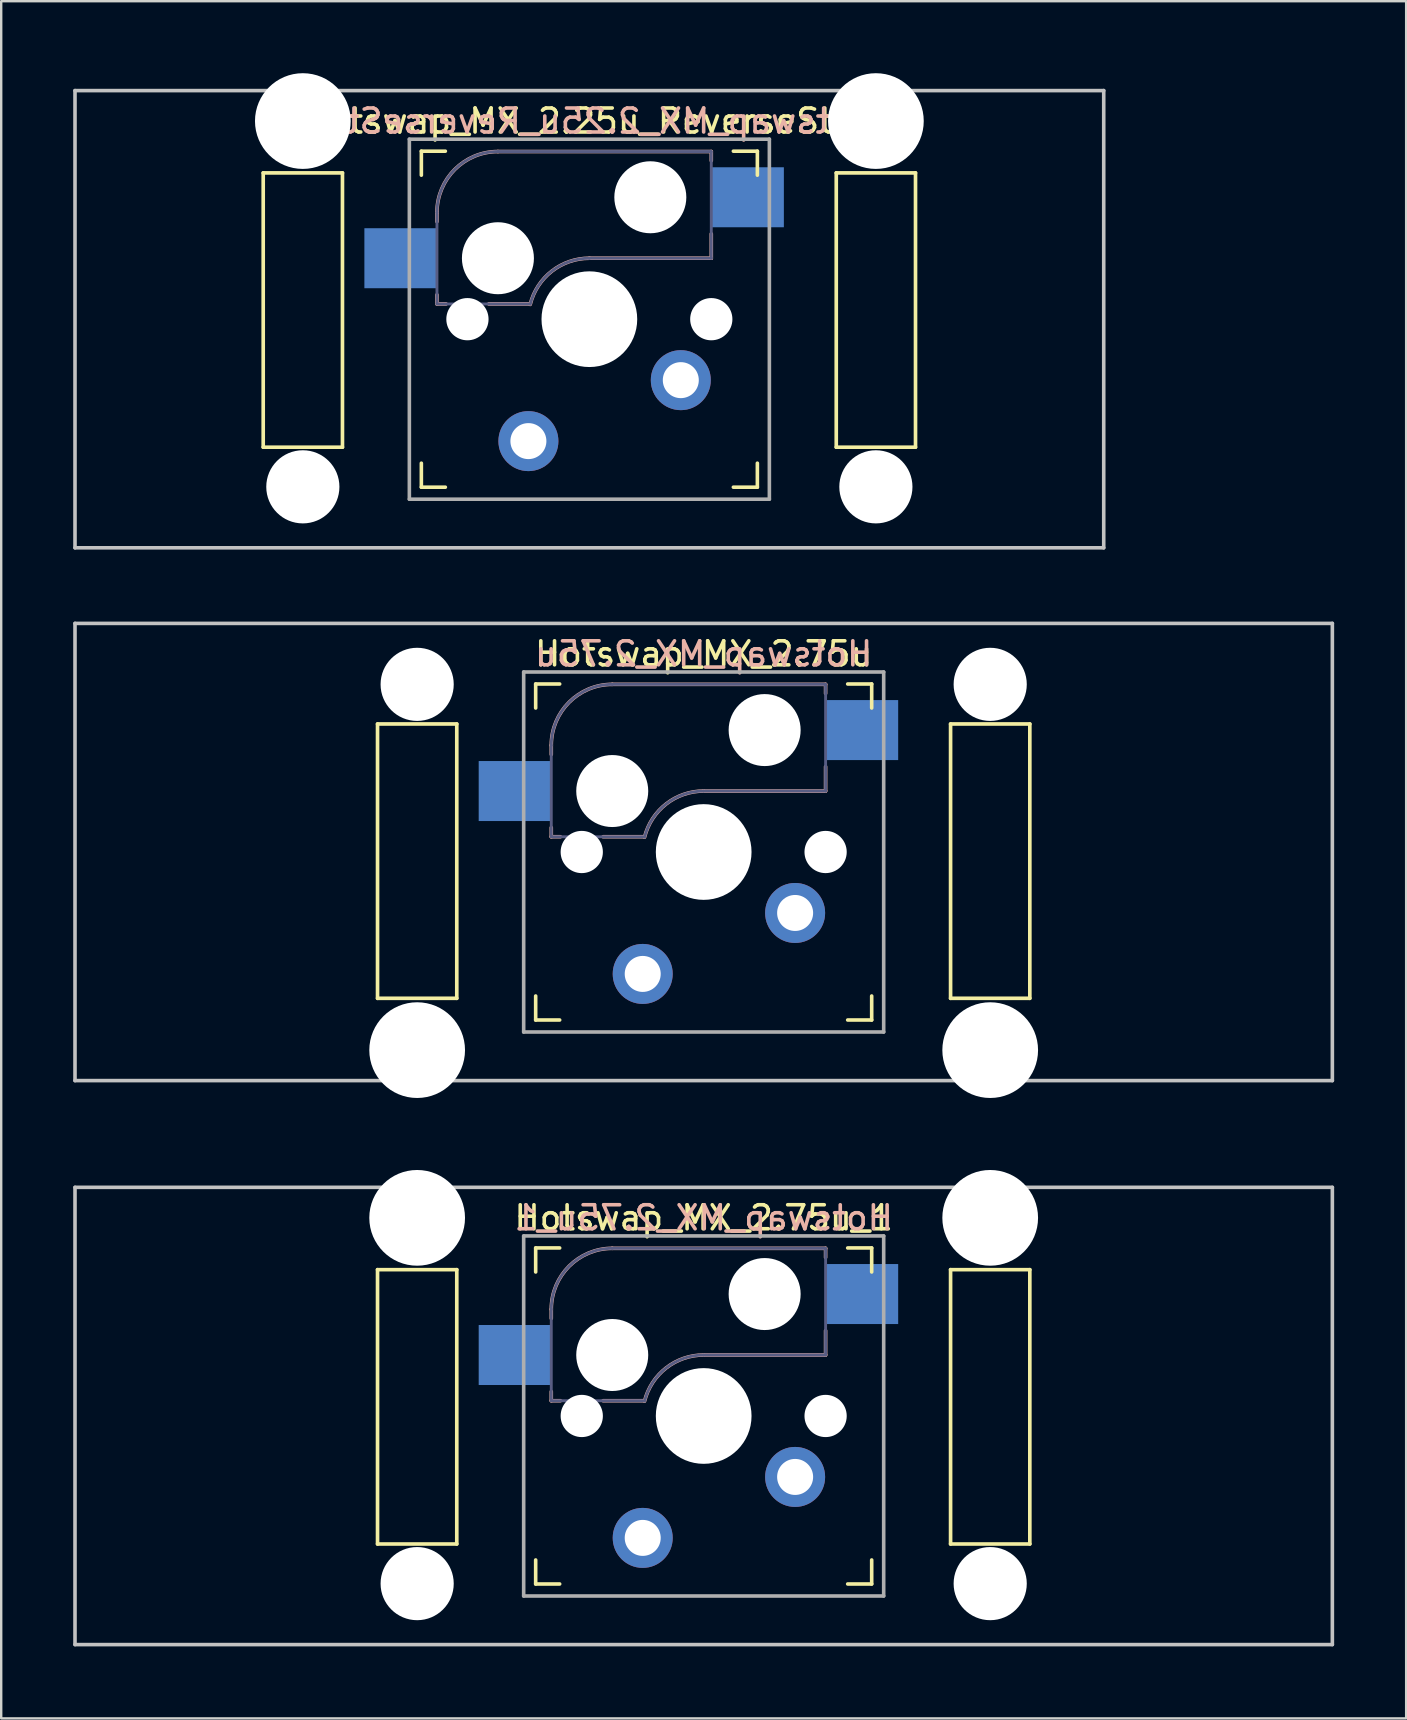
<source format=kicad_pcb>
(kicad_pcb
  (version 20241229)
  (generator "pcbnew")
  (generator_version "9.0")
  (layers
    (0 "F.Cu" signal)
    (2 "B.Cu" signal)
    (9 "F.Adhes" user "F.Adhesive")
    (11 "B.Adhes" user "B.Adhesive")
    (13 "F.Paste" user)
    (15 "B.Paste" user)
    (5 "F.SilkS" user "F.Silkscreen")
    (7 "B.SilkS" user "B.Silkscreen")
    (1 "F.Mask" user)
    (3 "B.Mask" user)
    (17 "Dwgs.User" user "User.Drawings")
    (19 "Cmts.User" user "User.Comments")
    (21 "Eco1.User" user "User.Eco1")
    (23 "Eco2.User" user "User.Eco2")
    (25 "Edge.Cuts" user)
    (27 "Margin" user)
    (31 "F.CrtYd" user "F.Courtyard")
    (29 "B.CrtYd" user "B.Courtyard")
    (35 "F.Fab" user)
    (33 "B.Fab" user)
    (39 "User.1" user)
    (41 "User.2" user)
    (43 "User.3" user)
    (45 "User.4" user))
  (footprint "Hotswap_MX_2.75u"
    (layer "F.Cu")
    (at 26.269 32.449)
    (property "Reference" "Hotswap_MX_2.75u" (at 0 -8.255 0) (layer "F.SilkS") (effects (font (size 1 1) (thickness 0.15))))
    (attr through_hole)
    (fp_line (start -13.589 -5.334) (end -13.589 6.096) (stroke (width 0.152) (type solid)) (layer "F.SilkS"))
    (fp_line (start -13.589 6.096) (end -10.287 6.096) (stroke (width 0.152) (type solid)) (layer "F.SilkS"))
    (fp_line (start -10.287 -5.334) (end -13.589 -5.334) (stroke (width 0.152) (type solid)) (layer "F.SilkS"))
    (fp_line (start -10.287 6.096) (end -10.287 -5.334) (stroke (width 0.152) (type solid)) (layer "F.SilkS"))
    (fp_line (start -7 -6) (end -7 -7) (stroke (width 0.15) (type solid)) (layer "F.SilkS"))
    (fp_line (start -7 7) (end -7 6) (stroke (width 0.15) (type solid)) (layer "F.SilkS"))
    (fp_line (start -7 7) (end -6 7) (stroke (width 0.15) (type solid)) (layer "F.SilkS"))
    (fp_line (start -6 -7) (end -7 -7) (stroke (width 0.15) (type solid)) (layer "F.SilkS"))
    (fp_line (start 6 7) (end 7 7) (stroke (width 0.15) (type solid)) (layer "F.SilkS"))
    (fp_line (start 7 -7) (end 6 -7) (stroke (width 0.15) (type solid)) (layer "F.SilkS"))
    (fp_line (start 7 -7) (end 7 -6) (stroke (width 0.15) (type solid)) (layer "F.SilkS"))
    (fp_line (start 7 6) (end 7 7) (stroke (width 0.15) (type solid)) (layer "F.SilkS"))
    (fp_line (start 10.287 -5.334) (end 10.287 6.096) (stroke (width 0.152) (type solid)) (layer "F.SilkS"))
    (fp_line (start 10.287 6.096) (end 13.589 6.096) (stroke (width 0.152) (type solid)) (layer "F.SilkS"))
    (fp_line (start 13.589 -5.334) (end 10.287 -5.334) (stroke (width 0.152) (type solid)) (layer "F.SilkS"))
    (fp_line (start 13.589 6.096) (end 13.589 -5.334) (stroke (width 0.152) (type solid)) (layer "F.SilkS"))
    (fp_line (start -6.35 -4.445) (end -6.35 -4.064) (stroke (width 0.15) (type solid)) (layer "B.SilkS"))
    (fp_line (start -6.35 -1.016) (end -6.35 -0.635) (stroke (width 0.15) (type solid)) (layer "B.SilkS"))
    (fp_line (start -6.35 -0.635) (end -5.969 -0.635) (stroke (width 0.15) (type solid)) (layer "B.SilkS"))
    (fp_line (start -4.191 -0.635) (end -2.54 -0.635) (stroke (width 0.15) (type solid)) (layer "B.SilkS"))
    (fp_line (start 0 -2.54) (end 5.08 -2.54) (stroke (width 0.15) (type solid)) (layer "B.SilkS"))
    (fp_line (start 5.08 -6.985) (end -3.81 -6.985) (stroke (width 0.15) (type solid)) (layer "B.SilkS"))
    (fp_line (start 5.08 -6.604) (end 5.08 -6.985) (stroke (width 0.15) (type solid)) (layer "B.SilkS"))
    (fp_line (start 5.08 -2.54) (end 5.08 -3.556) (stroke (width 0.15) (type solid)) (layer "B.SilkS"))
    (fp_arc (start -6.35 -4.445) (mid -5.606051 -6.241051) (end -3.81 -6.985) (stroke (width 0.15) (type solid)) (layer "B.SilkS"))
    (fp_arc (start -2.464162 -0.61604) (mid -1.563147 -2.002042) (end 0 -2.54) (stroke (width 0.15) (type solid)) (layer "B.SilkS"))
    (fp_line (start -26.194 -9.525) (end 26.194 -9.525) (stroke (width 0.15) (type solid)) (layer "Dwgs.User"))
    (fp_line (start -26.194 9.525) (end -26.194 -9.525) (stroke (width 0.15) (type solid)) (layer "Dwgs.User"))
    (fp_line (start -26.194 9.525) (end 26.194 9.525) (stroke (width 0.15) (type solid)) (layer "Dwgs.User"))
    (fp_line (start 26.194 -9.525) (end 26.194 9.525) (stroke (width 0.15) (type solid)) (layer "Dwgs.User"))
    (fp_line (start -6.9 6.9) (end -6.9 -6.9) (stroke (width 0.15) (type solid)) (layer "Eco2.User"))
    (fp_line (start -6.9 6.9) (end 6.9 6.9) (stroke (width 0.15) (type solid)) (layer "Eco2.User"))
    (fp_line (start 6.9 -6.9) (end -6.9 -6.9) (stroke (width 0.15) (type solid)) (layer "Eco2.User"))
    (fp_line (start 6.9 -6.9) (end 6.9 6.9) (stroke (width 0.15) (type solid)) (layer "Eco2.User"))
    (fp_line (start -6.35 -4.445) (end -6.35 -0.635) (stroke (width 0.12) (type solid)) (layer "B.Fab"))
    (fp_line (start -6.35 -0.635) (end -2.54 -0.635) (stroke (width 0.12) (type solid)) (layer "B.Fab"))
    (fp_line (start 0 -2.54) (end 5.08 -2.54) (stroke (width 0.12) (type solid)) (layer "B.Fab"))
    (fp_line (start 5.08 -6.985) (end -3.81 -6.985) (stroke (width 0.12) (type solid)) (layer "B.Fab"))
    (fp_line (start 5.08 -2.54) (end 5.08 -6.985) (stroke (width 0.12) (type solid)) (layer "B.Fab"))
    (fp_arc (start -6.35 -4.445) (mid -5.606051 -6.241051) (end -3.81 -6.985) (stroke (width 0.12) (type solid)) (layer "B.Fab"))
    (fp_arc (start -2.464162 -0.61604) (mid -1.563147 -2.002042) (end 0 -2.54) (stroke (width 0.12) (type solid)) (layer "B.Fab"))
    (fp_line (start -7.5 -7.5) (end 7.5 -7.5) (stroke (width 0.15) (type solid)) (layer "F.Fab"))
    (fp_line (start -7.5 7.5) (end -7.5 -7.5) (stroke (width 0.15) (type solid)) (layer "F.Fab"))
    (fp_line (start 7.5 -7.5) (end 7.5 7.5) (stroke (width 0.15) (type solid)) (layer "F.Fab"))
    (fp_line (start 7.5 7.5) (end -7.5 7.5) (stroke (width 0.15) (type solid)) (layer "F.Fab"))
    (fp_text user "${REFERENCE}" (at 0 -8.255 0) (layer "B.SilkS") (effects (font (size 1 1) (thickness 0.15)) (justify mirror)))
    (pad "" np_thru_hole circle (at -11.938 -6.985) (size 3.048 3.048) (drill 3.048) (layers "*.Cu" "*.Mask"))
    (pad "" np_thru_hole circle (at -11.938 8.255) (size 3.988 3.988) (drill 3.988) (layers "*.Cu" "*.Mask"))
    (pad "" np_thru_hole circle (at -5.08 0 180) (size 1.76 1.76) (drill 1.76) (layers "*.Cu" "*.Mask"))
    (pad "" np_thru_hole circle (at -3.81 -2.54 180) (size 3 3) (drill 3) (layers "*.Cu" "*.Mask"))
    (pad "" np_thru_hole circle (at 0 0 180) (size 3.988 3.988) (drill 3.988) (layers "*.Cu" "*.Mask"))
    (pad "" np_thru_hole circle (at 2.54 -5.08 180) (size 3 3) (drill 3) (layers "*.Cu" "*.Mask"))
    (pad "" np_thru_hole circle (at 5.08 0 180) (size 1.76 1.76) (drill 1.76) (layers "*.Cu" "*.Mask"))
    (pad "" np_thru_hole circle (at 11.938 -6.985) (size 3.048 3.048) (drill 3.048) (layers "*.Cu" "*.Mask"))
    (pad "" np_thru_hole circle (at 11.938 8.255) (size 3.988 3.988) (drill 3.988) (layers "*.Cu" "*.Mask"))
    (pad "1" smd rect (at -7.874 -2.54 180) (size 3 2.5) (layers "B.Cu" "B.Mask" "B.Paste"))
    (pad "1" thru_hole circle (at -2.54 5.08 180) (size 2.5 2.5) (drill 1.5) (layers "*.Cu" "B.Mask"))
    (pad "2" thru_hole circle (at 3.81 2.54 180) (size 2.5 2.5) (drill 1.5) (layers "*.Cu" "B.Mask"))
    (pad "2" smd rect (at 6.604 -5.08 180) (size 3 2.5) (layers "B.Cu" "B.Mask" "B.Paste")))
  (footprint "Hotswap_MX_2.25u_ReverseStab"
    (layer "F.Cu")
    (at 21.506 10.249)
    (property "Reference" "Hotswap_MX_2.25u_ReverseStab" (at 0 -8.255 0) (layer "F.SilkS") (effects (font (size 1 1) (thickness 0.15))))
    (attr through_hole)
    (fp_line (start -13.589 -6.096) (end -13.589 5.334) (stroke (width 0.152) (type solid)) (layer "F.SilkS"))
    (fp_line (start -13.589 5.334) (end -10.287 5.334) (stroke (width 0.152) (type solid)) (layer "F.SilkS"))
    (fp_line (start -10.287 -6.096) (end -13.589 -6.096) (stroke (width 0.152) (type solid)) (layer "F.SilkS"))
    (fp_line (start -10.287 5.334) (end -10.287 -6.096) (stroke (width 0.152) (type solid)) (layer "F.SilkS"))
    (fp_line (start -7 -6) (end -7 -7) (stroke (width 0.15) (type solid)) (layer "F.SilkS"))
    (fp_line (start -7 7) (end -7 6) (stroke (width 0.15) (type solid)) (layer "F.SilkS"))
    (fp_line (start -7 7) (end -6 7) (stroke (width 0.15) (type solid)) (layer "F.SilkS"))
    (fp_line (start -6 -7) (end -7 -7) (stroke (width 0.15) (type solid)) (layer "F.SilkS"))
    (fp_line (start 6 7) (end 7 7) (stroke (width 0.15) (type solid)) (layer "F.SilkS"))
    (fp_line (start 7 -7) (end 6 -7) (stroke (width 0.15) (type solid)) (layer "F.SilkS"))
    (fp_line (start 7 -7) (end 7 -6) (stroke (width 0.15) (type solid)) (layer "F.SilkS"))
    (fp_line (start 7 6) (end 7 7) (stroke (width 0.15) (type solid)) (layer "F.SilkS"))
    (fp_line (start 10.287 -6.096) (end 10.287 5.334) (stroke (width 0.152) (type solid)) (layer "F.SilkS"))
    (fp_line (start 10.287 5.334) (end 13.589 5.334) (stroke (width 0.152) (type solid)) (layer "F.SilkS"))
    (fp_line (start 13.589 -6.096) (end 10.287 -6.096) (stroke (width 0.152) (type solid)) (layer "F.SilkS"))
    (fp_line (start 13.589 5.334) (end 13.589 -6.096) (stroke (width 0.152) (type solid)) (layer "F.SilkS"))
    (fp_line (start -6.35 -4.445) (end -6.35 -4.064) (stroke (width 0.15) (type solid)) (layer "B.SilkS"))
    (fp_line (start -6.35 -1.016) (end -6.35 -0.635) (stroke (width 0.15) (type solid)) (layer "B.SilkS"))
    (fp_line (start -6.35 -0.635) (end -5.969 -0.635) (stroke (width 0.15) (type solid)) (layer "B.SilkS"))
    (fp_line (start -4.191 -0.635) (end -2.54 -0.635) (stroke (width 0.15) (type solid)) (layer "B.SilkS"))
    (fp_line (start 0 -2.54) (end 5.08 -2.54) (stroke (width 0.15) (type solid)) (layer "B.SilkS"))
    (fp_line (start 5.08 -6.985) (end -3.81 -6.985) (stroke (width 0.15) (type solid)) (layer "B.SilkS"))
    (fp_line (start 5.08 -6.604) (end 5.08 -6.985) (stroke (width 0.15) (type solid)) (layer "B.SilkS"))
    (fp_line (start 5.08 -2.54) (end 5.08 -3.556) (stroke (width 0.15) (type solid)) (layer "B.SilkS"))
    (fp_arc (start -6.35 -4.445) (mid -5.606051 -6.241051) (end -3.81 -6.985) (stroke (width 0.15) (type solid)) (layer "B.SilkS"))
    (fp_arc (start -2.464162 -0.61604) (mid -1.563147 -2.002042) (end 0 -2.54) (stroke (width 0.15) (type solid)) (layer "B.SilkS"))
    (fp_line (start -21.431 -9.525) (end 21.431 -9.525) (stroke (width 0.15) (type solid)) (layer "Dwgs.User"))
    (fp_line (start -21.431 9.525) (end -21.431 -9.525) (stroke (width 0.15) (type solid)) (layer "Dwgs.User"))
    (fp_line (start 21.431 -9.525) (end 21.431 9.525) (stroke (width 0.15) (type solid)) (layer "Dwgs.User"))
    (fp_line (start 21.431 9.525) (end -21.431 9.525) (stroke (width 0.15) (type solid)) (layer "Dwgs.User"))
    (fp_line (start -6.9 6.9) (end -6.9 -6.9) (stroke (width 0.15) (type solid)) (layer "Eco2.User"))
    (fp_line (start -6.9 6.9) (end 6.9 6.9) (stroke (width 0.15) (type solid)) (layer "Eco2.User"))
    (fp_line (start 6.9 -6.9) (end -6.9 -6.9) (stroke (width 0.15) (type solid)) (layer "Eco2.User"))
    (fp_line (start 6.9 -6.9) (end 6.9 6.9) (stroke (width 0.15) (type solid)) (layer "Eco2.User"))
    (fp_line (start -6.35 -4.445) (end -6.35 -0.635) (stroke (width 0.12) (type solid)) (layer "B.Fab"))
    (fp_line (start -6.35 -0.635) (end -2.54 -0.635) (stroke (width 0.12) (type solid)) (layer "B.Fab"))
    (fp_line (start 0 -2.54) (end 5.08 -2.54) (stroke (width 0.12) (type solid)) (layer "B.Fab"))
    (fp_line (start 5.08 -6.985) (end -3.81 -6.985) (stroke (width 0.12) (type solid)) (layer "B.Fab"))
    (fp_line (start 5.08 -2.54) (end 5.08 -6.985) (stroke (width 0.12) (type solid)) (layer "B.Fab"))
    (fp_arc (start -6.35 -4.445) (mid -5.606051 -6.241051) (end -3.81 -6.985) (stroke (width 0.12) (type solid)) (layer "B.Fab"))
    (fp_arc (start -2.464162 -0.61604) (mid -1.563147 -2.002042) (end 0 -2.54) (stroke (width 0.12) (type solid)) (layer "B.Fab"))
    (fp_line (start -7.5 -7.5) (end 7.5 -7.5) (stroke (width 0.15) (type solid)) (layer "F.Fab"))
    (fp_line (start -7.5 7.5) (end -7.5 -7.5) (stroke (width 0.15) (type solid)) (layer "F.Fab"))
    (fp_line (start 7.5 -7.5) (end 7.5 7.5) (stroke (width 0.15) (type solid)) (layer "F.Fab"))
    (fp_line (start 7.5 7.5) (end -7.5 7.5) (stroke (width 0.15) (type solid)) (layer "F.Fab"))
    (fp_text user "${REFERENCE}" (at 0 -8.255 0) (layer "B.SilkS") (effects (font (size 1 1) (thickness 0.15)) (justify mirror)))
    (pad "" np_thru_hole circle (at -11.938 -8.255 180) (size 3.988 3.988) (drill 3.988) (layers "*.Cu" "*.Mask"))
    (pad "" np_thru_hole circle (at -11.938 6.985 180) (size 3.048 3.048) (drill 3.048) (layers "*.Cu" "*.Mask"))
    (pad "" np_thru_hole circle (at -5.08 0 180) (size 1.76 1.76) (drill 1.76) (layers "*.Cu" "*.Mask"))
    (pad "" np_thru_hole circle (at -3.81 -2.54 180) (size 3 3) (drill 3) (layers "*.Cu" "*.Mask"))
    (pad "" np_thru_hole circle (at 0 0 180) (size 3.988 3.988) (drill 3.988) (layers "*.Cu" "*.Mask"))
    (pad "" np_thru_hole circle (at 2.54 -5.08 180) (size 3 3) (drill 3) (layers "*.Cu" "*.Mask"))
    (pad "" np_thru_hole circle (at 5.08 0 180) (size 1.76 1.76) (drill 1.76) (layers "*.Cu" "*.Mask"))
    (pad "" np_thru_hole circle (at 11.938 -8.255 180) (size 3.988 3.988) (drill 3.988) (layers "*.Cu" "*.Mask"))
    (pad "" np_thru_hole circle (at 11.938 6.985 180) (size 3.048 3.048) (drill 3.048) (layers "*.Cu" "*.Mask"))
    (pad "1" smd rect (at -7.874 -2.54 180) (size 3 2.5) (layers "B.Cu" "B.Mask" "B.Paste"))
    (pad "1" thru_hole circle (at 3.81 2.54 180) (size 2.5 2.5) (drill 1.5) (layers "*.Cu" "B.Mask"))
    (pad "2" thru_hole circle (at -2.54 5.08 180) (size 2.5 2.5) (drill 1.5) (layers "*.Cu" "B.Mask"))
    (pad "2" smd rect (at 6.604 -5.08 180) (size 3 2.5) (layers "B.Cu" "B.Mask" "B.Paste")))
  (footprint "Hotswap_MX_2.75u_1"
    (layer "F.Cu")
    (at 26.269 55.947)
    (property "Reference" "Hotswap_MX_2.75u_1" (at 0 -8.255 0) (layer "F.SilkS") (effects (font (size 1 1) (thickness 0.15))))
    (attr through_hole)
    (fp_line (start -13.589 -6.096) (end -13.589 5.334) (stroke (width 0.152) (type solid)) (layer "F.SilkS"))
    (fp_line (start -13.589 5.334) (end -10.287 5.334) (stroke (width 0.152) (type solid)) (layer "F.SilkS"))
    (fp_line (start -10.287 -6.096) (end -13.589 -6.096) (stroke (width 0.152) (type solid)) (layer "F.SilkS"))
    (fp_line (start -10.287 5.334) (end -10.287 -6.096) (stroke (width 0.152) (type solid)) (layer "F.SilkS"))
    (fp_line (start -7 -6) (end -7 -7) (stroke (width 0.15) (type solid)) (layer "F.SilkS"))
    (fp_line (start -7 7) (end -7 6) (stroke (width 0.15) (type solid)) (layer "F.SilkS"))
    (fp_line (start -7 7) (end -6 7) (stroke (width 0.15) (type solid)) (layer "F.SilkS"))
    (fp_line (start -6 -7) (end -7 -7) (stroke (width 0.15) (type solid)) (layer "F.SilkS"))
    (fp_line (start 6 7) (end 7 7) (stroke (width 0.15) (type solid)) (layer "F.SilkS"))
    (fp_line (start 7 -7) (end 6 -7) (stroke (width 0.15) (type solid)) (layer "F.SilkS"))
    (fp_line (start 7 -7) (end 7 -6) (stroke (width 0.15) (type solid)) (layer "F.SilkS"))
    (fp_line (start 7 6) (end 7 7) (stroke (width 0.15) (type solid)) (layer "F.SilkS"))
    (fp_line (start 10.287 -6.096) (end 10.287 5.334) (stroke (width 0.152) (type solid)) (layer "F.SilkS"))
    (fp_line (start 10.287 5.334) (end 13.589 5.334) (stroke (width 0.152) (type solid)) (layer "F.SilkS"))
    (fp_line (start 13.589 -6.096) (end 10.287 -6.096) (stroke (width 0.152) (type solid)) (layer "F.SilkS"))
    (fp_line (start 13.589 5.334) (end 13.589 -6.096) (stroke (width 0.152) (type solid)) (layer "F.SilkS"))
    (fp_line (start -6.35 -4.445) (end -6.35 -4.064) (stroke (width 0.15) (type solid)) (layer "B.SilkS"))
    (fp_line (start -6.35 -1.016) (end -6.35 -0.635) (stroke (width 0.15) (type solid)) (layer "B.SilkS"))
    (fp_line (start -6.35 -0.635) (end -5.969 -0.635) (stroke (width 0.15) (type solid)) (layer "B.SilkS"))
    (fp_line (start -4.191 -0.635) (end -2.54 -0.635) (stroke (width 0.15) (type solid)) (layer "B.SilkS"))
    (fp_line (start 0 -2.54) (end 5.08 -2.54) (stroke (width 0.15) (type solid)) (layer "B.SilkS"))
    (fp_line (start 5.08 -6.985) (end -3.81 -6.985) (stroke (width 0.15) (type solid)) (layer "B.SilkS"))
    (fp_line (start 5.08 -6.604) (end 5.08 -6.985) (stroke (width 0.15) (type solid)) (layer "B.SilkS"))
    (fp_line (start 5.08 -2.54) (end 5.08 -3.556) (stroke (width 0.15) (type solid)) (layer "B.SilkS"))
    (fp_arc (start -6.35 -4.445) (mid -5.606051 -6.241051) (end -3.81 -6.985) (stroke (width 0.15) (type solid)) (layer "B.SilkS"))
    (fp_arc (start -2.464162 -0.61604) (mid -1.563147 -2.002042) (end 0 -2.54) (stroke (width 0.15) (type solid)) (layer "B.SilkS"))
    (fp_line (start -26.194 -9.525) (end 26.194 -9.525) (stroke (width 0.15) (type solid)) (layer "Dwgs.User"))
    (fp_line (start -26.194 9.525) (end -26.194 -9.525) (stroke (width 0.15) (type solid)) (layer "Dwgs.User"))
    (fp_line (start 26.194 -9.525) (end 26.194 9.525) (stroke (width 0.15) (type solid)) (layer "Dwgs.User"))
    (fp_line (start 26.194 9.525) (end -26.194 9.525) (stroke (width 0.15) (type solid)) (layer "Dwgs.User"))
    (fp_line (start -6.9 6.9) (end -6.9 -6.9) (stroke (width 0.15) (type solid)) (layer "Eco2.User"))
    (fp_line (start -6.9 6.9) (end 6.9 6.9) (stroke (width 0.15) (type solid)) (layer "Eco2.User"))
    (fp_line (start 6.9 -6.9) (end -6.9 -6.9) (stroke (width 0.15) (type solid)) (layer "Eco2.User"))
    (fp_line (start 6.9 -6.9) (end 6.9 6.9) (stroke (width 0.15) (type solid)) (layer "Eco2.User"))
    (fp_line (start -6.35 -4.445) (end -6.35 -0.635) (stroke (width 0.12) (type solid)) (layer "B.Fab"))
    (fp_line (start -6.35 -0.635) (end -2.54 -0.635) (stroke (width 0.12) (type solid)) (layer "B.Fab"))
    (fp_line (start 0 -2.54) (end 5.08 -2.54) (stroke (width 0.12) (type solid)) (layer "B.Fab"))
    (fp_line (start 5.08 -6.985) (end -3.81 -6.985) (stroke (width 0.12) (type solid)) (layer "B.Fab"))
    (fp_line (start 5.08 -2.54) (end 5.08 -6.985) (stroke (width 0.12) (type solid)) (layer "B.Fab"))
    (fp_arc (start -6.35 -4.445) (mid -5.606051 -6.241051) (end -3.81 -6.985) (stroke (width 0.12) (type solid)) (layer "B.Fab"))
    (fp_arc (start -2.464162 -0.61604) (mid -1.563147 -2.002042) (end 0 -2.54) (stroke (width 0.12) (type solid)) (layer "B.Fab"))
    (fp_line (start -7.5 -7.5) (end 7.5 -7.5) (stroke (width 0.15) (type solid)) (layer "F.Fab"))
    (fp_line (start -7.5 7.5) (end -7.5 -7.5) (stroke (width 0.15) (type solid)) (layer "F.Fab"))
    (fp_line (start 7.5 -7.5) (end 7.5 7.5) (stroke (width 0.15) (type solid)) (layer "F.Fab"))
    (fp_line (start 7.5 7.5) (end -7.5 7.5) (stroke (width 0.15) (type solid)) (layer "F.Fab"))
    (fp_text user "${REFERENCE}" (at 0 -8.255 0) (layer "B.SilkS") (effects (font (size 1 1) (thickness 0.15)) (justify mirror)))
    (pad "" np_thru_hole circle (at -11.938 -8.255 180) (size 3.988 3.988) (drill 3.988) (layers "*.Cu" "*.Mask"))
    (pad "" np_thru_hole circle (at -11.938 6.985 180) (size 3.048 3.048) (drill 3.048) (layers "*.Cu" "*.Mask"))
    (pad "" np_thru_hole circle (at -5.08 0 180) (size 1.76 1.76) (drill 1.76) (layers "*.Cu" "*.Mask"))
    (pad "" np_thru_hole circle (at -3.81 -2.54 180) (size 3 3) (drill 3) (layers "*.Cu" "*.Mask"))
    (pad "" np_thru_hole circle (at 0 0 180) (size 3.988 3.988) (drill 3.988) (layers "*.Cu" "*.Mask"))
    (pad "" np_thru_hole circle (at 2.54 -5.08 180) (size 3 3) (drill 3) (layers "*.Cu" "*.Mask"))
    (pad "" np_thru_hole circle (at 5.08 0 180) (size 1.76 1.76) (drill 1.76) (layers "*.Cu" "*.Mask"))
    (pad "" np_thru_hole circle (at 11.938 -8.255 180) (size 3.988 3.988) (drill 3.988) (layers "*.Cu" "*.Mask"))
    (pad "" np_thru_hole circle (at 11.938 6.985 180) (size 3.048 3.048) (drill 3.048) (layers "*.Cu" "*.Mask"))
    (pad "1" smd rect (at -7.874 -2.54 180) (size 3 2.5) (layers "B.Cu" "B.Mask" "B.Paste"))
    (pad "1" thru_hole circle (at 3.81 2.54 180) (size 2.5 2.5) (drill 1.5) (layers "*.Cu" "B.Mask"))
    (pad "2" thru_hole circle (at -2.54 5.08 180) (size 2.5 2.5) (drill 1.5) (layers "*.Cu" "B.Mask"))
    (pad "2" smd rect (at 6.604 -5.08 180) (size 3 2.5) (layers "B.Cu" "B.Mask" "B.Paste")))
  (gr_rect
    (start -3 -3)
    (end 55.538 68.547)
    (stroke (width 0.1) (type default))
    (fill no)
    (layer "Edge.Cuts")))
</source>
